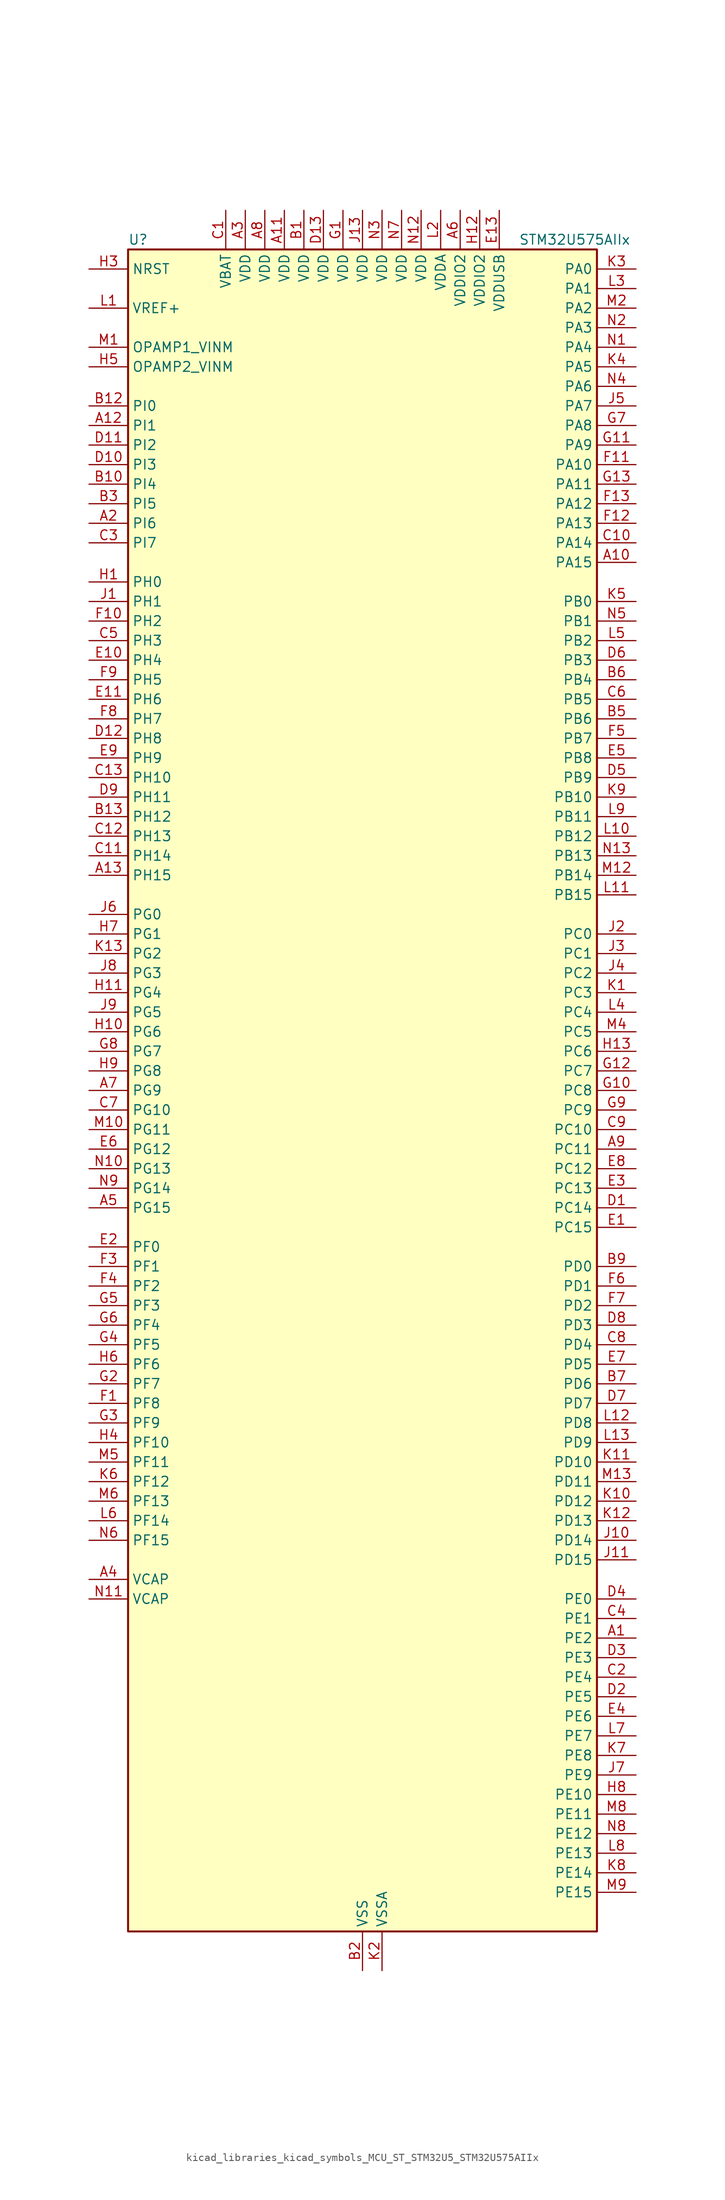
<source format=kicad_sym>
(kicad_symbol_lib
  (version 20220914)
  (generator kicad_symbol_editor)
  (symbol "kicad_libraries_kicad_symbols_MCU_ST_STM32U5_STM32U575AIIx"
    (property "Reference" "U"
      (at -30.48 110.49 0)
      (effects (font (size 1.27 1.27)) (justify left)))
    (property "Value" "STM32U575AIIx"
      (at 20.32 110.49 0)
      (effects (font (size 1.27 1.27)) (justify left)))
    (property "ki_locked" ""
      (at 0 0 0)
      (effects (font (size 1.27 1.27))))
    (symbol "kicad_libraries_kicad_symbols_MCU_ST_STM32U5_STM32U575AIIx_0_1"
      (rectangle (start -30.48 -109.22) (end 30.48 109.22) (stroke (width 0.254) (type default)) (fill (type background))))
    (symbol "kicad_libraries_kicad_symbols_MCU_ST_STM32U5_STM32U575AIIx_1_1"
      (pin bidirectional line (at 35.56 -71.12 180) (length 5.08) (name "PE2" (effects (font (size 1.27 1.27)))) (number "A1" (effects (font (size 1.27 1.27)))) (alternate "DEBUG_TRACECLK" bidirectional line) (alternate "FMC_A23" bidirectional line) (alternate "SAI1_CK1" bidirectional line) (alternate "SAI1_MCLK_A" bidirectional line) (alternate "TIM3_ETR" bidirectional line) (alternate "TSC_G7_IO1" bidirectional line))
      (pin bidirectional line (at 35.56 68.58 180) (length 5.08) (name "PA15" (effects (font (size 1.27 1.27)))) (number "A10" (effects (font (size 1.27 1.27)))) (alternate "ADC1_EXTI15" bidirectional line) (alternate "ADC4_EXTI15" bidirectional line) (alternate "DEBUG_JTDI" bidirectional line) (alternate "SAI2_FS_B" bidirectional line) (alternate "SPI1_NSS" bidirectional line) (alternate "SPI3_NSS" bidirectional line) (alternate "TIM2_CH1" bidirectional line) (alternate "TIM2_ETR" bidirectional line) (alternate "UART4_DE" bidirectional line) (alternate "UART4_RTS" bidirectional line) (alternate "UCPD1_CC1" bidirectional line) (alternate "USART2_RX" bidirectional line) (alternate "USART3_DE" bidirectional line) (alternate "USART3_RTS" bidirectional line))
      (pin power_in line (at -10.16 114.3 270) (length 5.08) (name "VDD" (effects (font (size 1.27 1.27)))) (number "A11" (effects (font (size 1.27 1.27)))))
      (pin bidirectional line (at -35.56 86.36 0) (length 5.08) (name "PI1" (effects (font (size 1.27 1.27)))) (number "A12" (effects (font (size 1.27 1.27)))) (alternate "DCMI_D8" bidirectional line) (alternate "OCTOSPIM_P2_IO2" bidirectional line) (alternate "PSSI_D8" bidirectional line) (alternate "SPI2_SCK" bidirectional line))
      (pin bidirectional line (at -35.56 27.94 0) (length 5.08) (name "PH15" (effects (font (size 1.27 1.27)))) (number "A13" (effects (font (size 1.27 1.27)))) (alternate "ADC1_EXTI15" bidirectional line) (alternate "ADC4_EXTI15" bidirectional line) (alternate "DCMI_D11" bidirectional line) (alternate "OCTOSPIM_P2_IO6" bidirectional line) (alternate "PSSI_D11" bidirectional line) (alternate "TIM8_CH3N" bidirectional line))
      (pin bidirectional line (at -35.56 73.66 0) (length 5.08) (name "PI6" (effects (font (size 1.27 1.27)))) (number "A2" (effects (font (size 1.27 1.27)))) (alternate "DCMI_D6" bidirectional line) (alternate "OCTOSPIM_P2_CLK" bidirectional line) (alternate "PSSI_D6" bidirectional line) (alternate "TIM8_CH2" bidirectional line))
      (pin power_in line (at -15.24 114.3 270) (length 5.08) (name "VDD" (effects (font (size 1.27 1.27)))) (number "A3" (effects (font (size 1.27 1.27)))))
      (pin power_out line (at -35.56 -63.5 0) (length 5.08) (name "VCAP" (effects (font (size 1.27 1.27)))) (number "A4" (effects (font (size 1.27 1.27)))))
      (pin bidirectional line (at -35.56 -15.24 0) (length 5.08) (name "PG15" (effects (font (size 1.27 1.27)))) (number "A5" (effects (font (size 1.27 1.27)))) (alternate "ADC1_EXTI15" bidirectional line) (alternate "ADC4_EXTI15" bidirectional line) (alternate "DCMI_D13" bidirectional line) (alternate "I2C1_SMBA" bidirectional line) (alternate "LPTIM1_CH1" bidirectional line) (alternate "OCTOSPIM_P2_DQS" bidirectional line) (alternate "PSSI_D13" bidirectional line))
      (pin power_in line (at 12.7 114.3 270) (length 5.08) (name "VDDIO2" (effects (font (size 1.27 1.27)))) (number "A6" (effects (font (size 1.27 1.27)))))
      (pin bidirectional line (at -35.56 0 0) (length 5.08) (name "PG9" (effects (font (size 1.27 1.27)))) (number "A7" (effects (font (size 1.27 1.27)))) (alternate "DAC1_EXTI9" bidirectional line) (alternate "FMC_NCE" bidirectional line) (alternate "FMC_NE2" bidirectional line) (alternate "OCTOSPIM_P2_IO6" bidirectional line) (alternate "SAI2_SCK_A" bidirectional line) (alternate "SPI3_SCK" bidirectional line) (alternate "TIM15_CH1N" bidirectional line) (alternate "USART1_TX" bidirectional line))
      (pin power_in line (at -12.7 114.3 270) (length 5.08) (name "VDD" (effects (font (size 1.27 1.27)))) (number "A8" (effects (font (size 1.27 1.27)))))
      (pin bidirectional line (at 35.56 -7.62 180) (length 5.08) (name "PC11" (effects (font (size 1.27 1.27)))) (number "A9" (effects (font (size 1.27 1.27)))) (alternate "ADC1_EXTI11" bidirectional line) (alternate "ADF1_SDI0" bidirectional line) (alternate "DCMI_D2" bidirectional line) (alternate "DCMI_D4" bidirectional line) (alternate "LPTIM3_IN1" bidirectional line) (alternate "OCTOSPIM_P1_NCS" bidirectional line) (alternate "PSSI_D2" bidirectional line) (alternate "PSSI_D4" bidirectional line) (alternate "SAI2_MCLK_B" bidirectional line) (alternate "SDMMC1_D3" bidirectional line) (alternate "SPI3_MISO" bidirectional line) (alternate "TSC_G3_IO3" bidirectional line) (alternate "UART4_RX" bidirectional line) (alternate "UCPD1_FRSTX2" bidirectional line) (alternate "USART3_RX" bidirectional line))
      (pin power_in line (at -7.62 114.3 270) (length 5.08) (name "VDD" (effects (font (size 1.27 1.27)))) (number "B1" (effects (font (size 1.27 1.27)))))
      (pin bidirectional line (at -35.56 78.74 0) (length 5.08) (name "PI4" (effects (font (size 1.27 1.27)))) (number "B10" (effects (font (size 1.27 1.27)))) (alternate "DCMI_D5" bidirectional line) (alternate "PSSI_D5" bidirectional line) (alternate "SPI2_RDY" bidirectional line) (alternate "TIM8_BKIN" bidirectional line))
      (pin passive line (at 0 -114.3 90) (length 5.08) hide (name "VSS" (effects (font (size 1.27 1.27)))) (number "B11" (effects (font (size 1.27 1.27)))))
      (pin bidirectional line (at -35.56 88.9 0) (length 5.08) (name "PI0" (effects (font (size 1.27 1.27)))) (number "B12" (effects (font (size 1.27 1.27)))) (alternate "DCMI_D13" bidirectional line) (alternate "OCTOSPIM_P1_IO5" bidirectional line) (alternate "PSSI_D13" bidirectional line) (alternate "SPI2_NSS" bidirectional line) (alternate "TIM5_CH4" bidirectional line))
      (pin bidirectional line (at -35.56 35.56 0) (length 5.08) (name "PH12" (effects (font (size 1.27 1.27)))) (number "B13" (effects (font (size 1.27 1.27)))) (alternate "DCMI_D3" bidirectional line) (alternate "OCTOSPIM_P2_IO7" bidirectional line) (alternate "PSSI_D3" bidirectional line) (alternate "TIM5_CH3" bidirectional line) (alternate "TIM8_CH4N" bidirectional line))
      (pin power_in line (at 0 -114.3 90) (length 5.08) (name "VSS" (effects (font (size 1.27 1.27)))) (number "B2" (effects (font (size 1.27 1.27)))))
      (pin bidirectional line (at -35.56 76.2 0) (length 5.08) (name "PI5" (effects (font (size 1.27 1.27)))) (number "B3" (effects (font (size 1.27 1.27)))) (alternate "DCMI_VSYNC" bidirectional line) (alternate "OCTOSPIM_P2_NCS" bidirectional line) (alternate "PSSI_RDY" bidirectional line) (alternate "TIM8_CH1" bidirectional line))
      (pin passive line (at 0 -114.3 90) (length 5.08) hide (name "VSS" (effects (font (size 1.27 1.27)))) (number "B4" (effects (font (size 1.27 1.27)))))
      (pin bidirectional line (at 35.56 48.26 180) (length 5.08) (name "PB6" (effects (font (size 1.27 1.27)))) (number "B5" (effects (font (size 1.27 1.27)))) (alternate "COMP2_INP" bidirectional line) (alternate "DCMI_D5" bidirectional line) (alternate "I2C1_SCL" bidirectional line) (alternate "I2C4_SCL" bidirectional line) (alternate "LPTIM1_ETR" bidirectional line) (alternate "MDF1_SDI5" bidirectional line) (alternate "PSSI_D5" bidirectional line) (alternate "PWR_WKUP3" bidirectional line) (alternate "SAI1_FS_B" bidirectional line) (alternate "TIM16_CH1N" bidirectional line) (alternate "TIM4_CH1" bidirectional line) (alternate "TIM8_BKIN2" bidirectional line) (alternate "TSC_G2_IO3" bidirectional line) (alternate "USART1_TX" bidirectional line))
      (pin bidirectional line (at 35.56 53.34 180) (length 5.08) (name "PB4" (effects (font (size 1.27 1.27)))) (number "B6" (effects (font (size 1.27 1.27)))) (alternate "ADF1_SDI0" bidirectional line) (alternate "COMP2_INP" bidirectional line) (alternate "DCMI_D12" bidirectional line) (alternate "DEBUG_JTRST" bidirectional line) (alternate "I2C3_SDA" bidirectional line) (alternate "LPTIM1_CH2" bidirectional line) (alternate "PSSI_D12" bidirectional line) (alternate "SAI1_MCLK_B" bidirectional line) (alternate "SDMMC2_D3" bidirectional line) (alternate "SPI1_MISO" bidirectional line) (alternate "SPI3_MISO" bidirectional line) (alternate "TIM17_BKIN" bidirectional line) (alternate "TIM3_CH1" bidirectional line) (alternate "TSC_G2_IO1" bidirectional line) (alternate "UART5_DE" bidirectional line) (alternate "UART5_RTS" bidirectional line) (alternate "USART1_CTS" bidirectional line))
      (pin bidirectional line (at 35.56 -38.1 180) (length 5.08) (name "PD6" (effects (font (size 1.27 1.27)))) (number "B7" (effects (font (size 1.27 1.27)))) (alternate "DCMI_D10" bidirectional line) (alternate "FMC_NWAIT" bidirectional line) (alternate "MDF1_SDI1" bidirectional line) (alternate "OCTOSPIM_P1_IO6" bidirectional line) (alternate "PSSI_D10" bidirectional line) (alternate "SAI1_D1" bidirectional line) (alternate "SAI1_SD_A" bidirectional line) (alternate "SDMMC2_CK" bidirectional line) (alternate "SPI3_MOSI" bidirectional line) (alternate "USART2_RX" bidirectional line))
      (pin passive line (at 0 -114.3 90) (length 5.08) hide (name "VSS" (effects (font (size 1.27 1.27)))) (number "B8" (effects (font (size 1.27 1.27)))))
      (pin bidirectional line (at 35.56 -22.86 180) (length 5.08) (name "PD0" (effects (font (size 1.27 1.27)))) (number "B9" (effects (font (size 1.27 1.27)))) (alternate "FDCAN1_RX" bidirectional line) (alternate "FMC_D2" bidirectional line) (alternate "FMC_DA2" bidirectional line) (alternate "SPI2_NSS" bidirectional line) (alternate "TIM8_CH4N" bidirectional line))
      (pin power_in line (at -17.78 114.3 270) (length 5.08) (name "VBAT" (effects (font (size 1.27 1.27)))) (number "C1" (effects (font (size 1.27 1.27)))))
      (pin bidirectional line (at 35.56 71.12 180) (length 5.08) (name "PA14" (effects (font (size 1.27 1.27)))) (number "C10" (effects (font (size 1.27 1.27)))) (alternate "DEBUG_JTCK-SWCLK" bidirectional line) (alternate "I2C1_SMBA" bidirectional line) (alternate "I2C4_SMBA" bidirectional line) (alternate "LPTIM1_CH1" bidirectional line) (alternate "SAI1_FS_B" bidirectional line) (alternate "USB_OTG_FS_SOF" bidirectional line))
      (pin bidirectional line (at -35.56 30.48 0) (length 5.08) (name "PH14" (effects (font (size 1.27 1.27)))) (number "C11" (effects (font (size 1.27 1.27)))) (alternate "DCMI_D4" bidirectional line) (alternate "FDCAN1_RX" bidirectional line) (alternate "PSSI_D4" bidirectional line) (alternate "TIM8_CH2N" bidirectional line))
      (pin bidirectional line (at -35.56 33.02 0) (length 5.08) (name "PH13" (effects (font (size 1.27 1.27)))) (number "C12" (effects (font (size 1.27 1.27)))) (alternate "FDCAN1_TX" bidirectional line) (alternate "TIM8_CH1N" bidirectional line))
      (pin bidirectional line (at -35.56 40.64 0) (length 5.08) (name "PH10" (effects (font (size 1.27 1.27)))) (number "C13" (effects (font (size 1.27 1.27)))) (alternate "DCMI_D1" bidirectional line) (alternate "OCTOSPIM_P2_IO5" bidirectional line) (alternate "PSSI_D1" bidirectional line) (alternate "TIM5_CH1" bidirectional line))
      (pin bidirectional line (at 35.56 -76.2 180) (length 5.08) (name "PE4" (effects (font (size 1.27 1.27)))) (number "C2" (effects (font (size 1.27 1.27)))) (alternate "DCMI_D4" bidirectional line) (alternate "DEBUG_TRACED1" bidirectional line) (alternate "FMC_A20" bidirectional line) (alternate "MDF1_SDI3" bidirectional line) (alternate "PSSI_D4" bidirectional line) (alternate "PWR_WKUP1" bidirectional line) (alternate "SAI1_D2" bidirectional line) (alternate "SAI1_FS_A" bidirectional line) (alternate "TAMP_IN7" bidirectional line) (alternate "TAMP_OUT8" bidirectional line) (alternate "TIM3_CH2" bidirectional line) (alternate "TSC_G7_IO3" bidirectional line))
      (pin bidirectional line (at -35.56 71.12 0) (length 5.08) (name "PI7" (effects (font (size 1.27 1.27)))) (number "C3" (effects (font (size 1.27 1.27)))) (alternate "DCMI_D7" bidirectional line) (alternate "OCTOSPIM_P2_NCLK" bidirectional line) (alternate "PSSI_D7" bidirectional line) (alternate "TIM8_CH3" bidirectional line))
      (pin bidirectional line (at 35.56 -68.58 180) (length 5.08) (name "PE1" (effects (font (size 1.27 1.27)))) (number "C4" (effects (font (size 1.27 1.27)))) (alternate "DCMI_D3" bidirectional line) (alternate "FMC_NBL1" bidirectional line) (alternate "PSSI_D3" bidirectional line) (alternate "TIM17_CH1" bidirectional line))
      (pin bidirectional line (at -35.56 58.42 0) (length 5.08) (name "PH3" (effects (font (size 1.27 1.27)))) (number "C5" (effects (font (size 1.27 1.27)))))
      (pin bidirectional line (at 35.56 50.8 180) (length 5.08) (name "PB5" (effects (font (size 1.27 1.27)))) (number "C6" (effects (font (size 1.27 1.27)))) (alternate "COMP2_OUT" bidirectional line) (alternate "DCMI_D10" bidirectional line) (alternate "I2C1_SMBA" bidirectional line) (alternate "LPTIM1_IN1" bidirectional line) (alternate "OCTOSPIM_P1_NCLK" bidirectional line) (alternate "PSSI_D10" bidirectional line) (alternate "PWR_WKUP6" bidirectional line) (alternate "SAI1_SD_B" bidirectional line) (alternate "SPI1_MOSI" bidirectional line) (alternate "SPI3_MOSI" bidirectional line) (alternate "TIM16_BKIN" bidirectional line) (alternate "TIM3_CH2" bidirectional line) (alternate "TSC_G2_IO2" bidirectional line) (alternate "UART5_CTS" bidirectional line) (alternate "UCPD1_DBCC1" bidirectional line) (alternate "USART1_CK" bidirectional line))
      (pin bidirectional line (at -35.56 -2.54 0) (length 5.08) (name "PG10" (effects (font (size 1.27 1.27)))) (number "C7" (effects (font (size 1.27 1.27)))) (alternate "FMC_NE3" bidirectional line) (alternate "LPTIM1_IN1" bidirectional line) (alternate "OCTOSPIM_P2_IO7" bidirectional line) (alternate "SAI2_FS_A" bidirectional line) (alternate "SPI3_MISO" bidirectional line) (alternate "TIM15_CH1" bidirectional line) (alternate "USART1_RX" bidirectional line))
      (pin bidirectional line (at 35.56 -33.02 180) (length 5.08) (name "PD4" (effects (font (size 1.27 1.27)))) (number "C8" (effects (font (size 1.27 1.27)))) (alternate "FMC_NOE" bidirectional line) (alternate "MDF1_CKI0" bidirectional line) (alternate "OCTOSPIM_P1_IO4" bidirectional line) (alternate "SPI2_MOSI" bidirectional line) (alternate "USART2_DE" bidirectional line) (alternate "USART2_RTS" bidirectional line))
      (pin bidirectional line (at 35.56 -5.08 180) (length 5.08) (name "PC10" (effects (font (size 1.27 1.27)))) (number "C9" (effects (font (size 1.27 1.27)))) (alternate "ADF1_CCK1" bidirectional line) (alternate "DCMI_D8" bidirectional line) (alternate "DEBUG_TRACED1" bidirectional line) (alternate "LPTIM3_ETR" bidirectional line) (alternate "PSSI_D8" bidirectional line) (alternate "SAI2_SCK_B" bidirectional line) (alternate "SDMMC1_D2" bidirectional line) (alternate "SPI3_SCK" bidirectional line) (alternate "TSC_G3_IO2" bidirectional line) (alternate "UART4_TX" bidirectional line) (alternate "USART3_TX" bidirectional line))
      (pin bidirectional line (at 35.56 -15.24 180) (length 5.08) (name "PC14" (effects (font (size 1.27 1.27)))) (number "D1" (effects (font (size 1.27 1.27)))) (alternate "RCC_OSC32_IN" bidirectional line))
      (pin bidirectional line (at -35.56 81.28 0) (length 5.08) (name "PI3" (effects (font (size 1.27 1.27)))) (number "D10" (effects (font (size 1.27 1.27)))) (alternate "DCMI_D10" bidirectional line) (alternate "OCTOSPIM_P2_IO0" bidirectional line) (alternate "PSSI_D10" bidirectional line) (alternate "SPI2_MOSI" bidirectional line) (alternate "TIM8_ETR" bidirectional line))
      (pin bidirectional line (at -35.56 83.82 0) (length 5.08) (name "PI2" (effects (font (size 1.27 1.27)))) (number "D11" (effects (font (size 1.27 1.27)))) (alternate "DCMI_D9" bidirectional line) (alternate "OCTOSPIM_P2_IO1" bidirectional line) (alternate "PSSI_D9" bidirectional line) (alternate "SPI2_MISO" bidirectional line) (alternate "TIM8_CH4" bidirectional line))
      (pin bidirectional line (at -35.56 45.72 0) (length 5.08) (name "PH8" (effects (font (size 1.27 1.27)))) (number "D12" (effects (font (size 1.27 1.27)))) (alternate "DCMI_HSYNC" bidirectional line) (alternate "I2C3_SDA" bidirectional line) (alternate "OCTOSPIM_P2_IO3" bidirectional line) (alternate "PSSI_DE" bidirectional line))
      (pin power_in line (at -5.08 114.3 270) (length 5.08) (name "VDD" (effects (font (size 1.27 1.27)))) (number "D13" (effects (font (size 1.27 1.27)))))
      (pin bidirectional line (at 35.56 -78.74 180) (length 5.08) (name "PE5" (effects (font (size 1.27 1.27)))) (number "D2" (effects (font (size 1.27 1.27)))) (alternate "DCMI_D6" bidirectional line) (alternate "DEBUG_TRACED2" bidirectional line) (alternate "FMC_A21" bidirectional line) (alternate "MDF1_CKI3" bidirectional line) (alternate "PSSI_D6" bidirectional line) (alternate "PWR_WKUP2" bidirectional line) (alternate "SAI1_CK2" bidirectional line) (alternate "SAI1_SCK_A" bidirectional line) (alternate "TAMP_IN8" bidirectional line) (alternate "TAMP_OUT7" bidirectional line) (alternate "TIM3_CH3" bidirectional line) (alternate "TSC_G7_IO4" bidirectional line))
      (pin bidirectional line (at 35.56 -73.66 180) (length 5.08) (name "PE3" (effects (font (size 1.27 1.27)))) (number "D3" (effects (font (size 1.27 1.27)))) (alternate "DEBUG_TRACED0" bidirectional line) (alternate "FMC_A19" bidirectional line) (alternate "OCTOSPIM_P1_DQS" bidirectional line) (alternate "SAI1_SD_B" bidirectional line) (alternate "TAMP_IN6" bidirectional line) (alternate "TAMP_OUT3" bidirectional line) (alternate "TIM3_CH1" bidirectional line) (alternate "TSC_G7_IO2" bidirectional line))
      (pin bidirectional line (at 35.56 -66.04 180) (length 5.08) (name "PE0" (effects (font (size 1.27 1.27)))) (number "D4" (effects (font (size 1.27 1.27)))) (alternate "DCMI_D2" bidirectional line) (alternate "FMC_NBL0" bidirectional line) (alternate "PSSI_D2" bidirectional line) (alternate "TIM16_CH1" bidirectional line) (alternate "TIM4_ETR" bidirectional line))
      (pin bidirectional line (at 35.56 40.64 180) (length 5.08) (name "PB9" (effects (font (size 1.27 1.27)))) (number "D5" (effects (font (size 1.27 1.27)))) (alternate "DAC1_EXTI9" bidirectional line) (alternate "DCMI_D7" bidirectional line) (alternate "FDCAN1_TX" bidirectional line) (alternate "I2C1_SDA" bidirectional line) (alternate "IR_OUT" bidirectional line) (alternate "PSSI_D7" bidirectional line) (alternate "SAI1_D2" bidirectional line) (alternate "SAI1_FS_A" bidirectional line) (alternate "SDMMC1_CDIR" bidirectional line) (alternate "SDMMC1_D5" bidirectional line) (alternate "SDMMC2_D5" bidirectional line) (alternate "SPI2_NSS" bidirectional line) (alternate "TIM17_CH1" bidirectional line) (alternate "TIM4_CH4" bidirectional line))
      (pin bidirectional line (at 35.56 55.88 180) (length 5.08) (name "PB3" (effects (font (size 1.27 1.27)))) (number "D6" (effects (font (size 1.27 1.27)))) (alternate "ADF1_CCK0" bidirectional line) (alternate "COMP2_INM" bidirectional line) (alternate "CRS_SYNC" bidirectional line) (alternate "DEBUG_JTDO-SWO" bidirectional line) (alternate "I2C1_SDA" bidirectional line) (alternate "LPTIM1_CH1" bidirectional line) (alternate "SAI1_SCK_B" bidirectional line) (alternate "SDMMC2_D2" bidirectional line) (alternate "SPI1_SCK" bidirectional line) (alternate "SPI3_SCK" bidirectional line) (alternate "TIM2_CH2" bidirectional line) (alternate "USART1_DE" bidirectional line) (alternate "USART1_RTS" bidirectional line))
      (pin bidirectional line (at 35.56 -40.64 180) (length 5.08) (name "PD7" (effects (font (size 1.27 1.27)))) (number "D7" (effects (font (size 1.27 1.27)))) (alternate "FMC_NCE" bidirectional line) (alternate "FMC_NE1" bidirectional line) (alternate "LPTIM4_OUT" bidirectional line) (alternate "MDF1_CKI1" bidirectional line) (alternate "OCTOSPIM_P1_IO7" bidirectional line) (alternate "SDMMC2_CMD" bidirectional line) (alternate "USART2_CK" bidirectional line))
      (pin bidirectional line (at 35.56 -30.48 180) (length 5.08) (name "PD3" (effects (font (size 1.27 1.27)))) (number "D8" (effects (font (size 1.27 1.27)))) (alternate "DCMI_D5" bidirectional line) (alternate "FMC_CLK" bidirectional line) (alternate "MDF1_SDI0" bidirectional line) (alternate "OCTOSPIM_P2_NCS" bidirectional line) (alternate "PSSI_D5" bidirectional line) (alternate "SPI2_MISO" bidirectional line) (alternate "SPI2_SCK" bidirectional line) (alternate "USART2_CTS" bidirectional line))
      (pin bidirectional line (at -35.56 38.1 0) (length 5.08) (name "PH11" (effects (font (size 1.27 1.27)))) (number "D9" (effects (font (size 1.27 1.27)))) (alternate "ADC1_EXTI11" bidirectional line) (alternate "DCMI_D2" bidirectional line) (alternate "OCTOSPIM_P2_IO6" bidirectional line) (alternate "PSSI_D2" bidirectional line) (alternate "TIM5_CH2" bidirectional line))
      (pin bidirectional line (at 35.56 -17.78 180) (length 5.08) (name "PC15" (effects (font (size 1.27 1.27)))) (number "E1" (effects (font (size 1.27 1.27)))) (alternate "ADC1_EXTI15" bidirectional line) (alternate "ADC4_EXTI15" bidirectional line) (alternate "RCC_OSC32_OUT" bidirectional line))
      (pin bidirectional line (at -35.56 55.88 0) (length 5.08) (name "PH4" (effects (font (size 1.27 1.27)))) (number "E10" (effects (font (size 1.27 1.27)))) (alternate "I2C2_SCL" bidirectional line) (alternate "OCTOSPIM_P2_DQS" bidirectional line) (alternate "PSSI_D14" bidirectional line))
      (pin bidirectional line (at -35.56 50.8 0) (length 5.08) (name "PH6" (effects (font (size 1.27 1.27)))) (number "E11" (effects (font (size 1.27 1.27)))) (alternate "DCMI_D8" bidirectional line) (alternate "I2C2_SMBA" bidirectional line) (alternate "OCTOSPIM_P2_CLK" bidirectional line) (alternate "PSSI_D8" bidirectional line))
      (pin passive line (at 0 -114.3 90) (length 5.08) hide (name "VSS" (effects (font (size 1.27 1.27)))) (number "E12" (effects (font (size 1.27 1.27)))))
      (pin power_in line (at 17.78 114.3 270) (length 5.08) (name "VDDUSB" (effects (font (size 1.27 1.27)))) (number "E13" (effects (font (size 1.27 1.27)))))
      (pin bidirectional line (at -35.56 -20.32 0) (length 5.08) (name "PF0" (effects (font (size 1.27 1.27)))) (number "E2" (effects (font (size 1.27 1.27)))) (alternate "FMC_A0" bidirectional line) (alternate "I2C2_SDA" bidirectional line) (alternate "OCTOSPIM_P2_IO0" bidirectional line))
      (pin bidirectional line (at 35.56 -12.7 180) (length 5.08) (name "PC13" (effects (font (size 1.27 1.27)))) (number "E3" (effects (font (size 1.27 1.27)))) (alternate "PWR_WKUP2" bidirectional line) (alternate "RTC_OUT1" bidirectional line) (alternate "RTC_TS" bidirectional line) (alternate "TAMP_IN1" bidirectional line) (alternate "TAMP_OUT2" bidirectional line))
      (pin bidirectional line (at 35.56 -81.28 180) (length 5.08) (name "PE6" (effects (font (size 1.27 1.27)))) (number "E4" (effects (font (size 1.27 1.27)))) (alternate "DCMI_D7" bidirectional line) (alternate "DEBUG_TRACED3" bidirectional line) (alternate "FMC_A22" bidirectional line) (alternate "PSSI_D7" bidirectional line) (alternate "PWR_WKUP3" bidirectional line) (alternate "SAI1_D1" bidirectional line) (alternate "SAI1_SD_A" bidirectional line) (alternate "TAMP_IN3" bidirectional line) (alternate "TAMP_OUT6" bidirectional line) (alternate "TIM3_CH4" bidirectional line))
      (pin bidirectional line (at 35.56 43.18 180) (length 5.08) (name "PB8" (effects (font (size 1.27 1.27)))) (number "E5" (effects (font (size 1.27 1.27)))) (alternate "DCMI_D6" bidirectional line) (alternate "FDCAN1_RX" bidirectional line) (alternate "I2C1_SCL" bidirectional line) (alternate "MDF1_CCK0" bidirectional line) (alternate "PSSI_D6" bidirectional line) (alternate "PWR_WKUP5" bidirectional line) (alternate "SAI1_CK1" bidirectional line) (alternate "SAI1_MCLK_A" bidirectional line) (alternate "SDMMC1_CKIN" bidirectional line) (alternate "SDMMC1_D4" bidirectional line) (alternate "SDMMC2_D4" bidirectional line) (alternate "SPI3_RDY" bidirectional line) (alternate "TIM16_CH1" bidirectional line) (alternate "TIM4_CH3" bidirectional line))
      (pin bidirectional line (at -35.56 -7.62 0) (length 5.08) (name "PG12" (effects (font (size 1.27 1.27)))) (number "E6" (effects (font (size 1.27 1.27)))) (alternate "FMC_NE4" bidirectional line) (alternate "LPTIM1_ETR" bidirectional line) (alternate "OCTOSPIM_P2_NCS" bidirectional line) (alternate "SAI2_SD_A" bidirectional line) (alternate "SPI3_NSS" bidirectional line) (alternate "USART1_DE" bidirectional line) (alternate "USART1_RTS" bidirectional line))
      (pin bidirectional line (at 35.56 -35.56 180) (length 5.08) (name "PD5" (effects (font (size 1.27 1.27)))) (number "E7" (effects (font (size 1.27 1.27)))) (alternate "FMC_NWE" bidirectional line) (alternate "OCTOSPIM_P1_IO5" bidirectional line) (alternate "SPI2_RDY" bidirectional line) (alternate "USART2_TX" bidirectional line))
      (pin bidirectional line (at 35.56 -10.16 180) (length 5.08) (name "PC12" (effects (font (size 1.27 1.27)))) (number "E8" (effects (font (size 1.27 1.27)))) (alternate "DCMI_D9" bidirectional line) (alternate "DEBUG_TRACED3" bidirectional line) (alternate "PSSI_D9" bidirectional line) (alternate "SAI2_SD_B" bidirectional line) (alternate "SDMMC1_CK" bidirectional line) (alternate "SPI3_MOSI" bidirectional line) (alternate "TSC_G3_IO4" bidirectional line) (alternate "UART5_TX" bidirectional line) (alternate "USART3_CK" bidirectional line))
      (pin bidirectional line (at -35.56 43.18 0) (length 5.08) (name "PH9" (effects (font (size 1.27 1.27)))) (number "E9" (effects (font (size 1.27 1.27)))) (alternate "DAC1_EXTI9" bidirectional line) (alternate "DCMI_D0" bidirectional line) (alternate "I2C3_SMBA" bidirectional line) (alternate "OCTOSPIM_P2_IO4" bidirectional line) (alternate "PSSI_D0" bidirectional line))
      (pin bidirectional line (at -35.56 -40.64 0) (length 5.08) (name "PF8" (effects (font (size 1.27 1.27)))) (number "F1" (effects (font (size 1.27 1.27)))) (alternate "FDCAN1_TX" bidirectional line) (alternate "OCTOSPIM_P1_IO0" bidirectional line) (alternate "PSSI_D14" bidirectional line) (alternate "SAI1_SCK_B" bidirectional line) (alternate "TIM5_CH3" bidirectional line))
      (pin bidirectional line (at -35.56 60.96 0) (length 5.08) (name "PH2" (effects (font (size 1.27 1.27)))) (number "F10" (effects (font (size 1.27 1.27)))) (alternate "OCTOSPIM_P1_IO4" bidirectional line))
      (pin bidirectional line (at 35.56 81.28 180) (length 5.08) (name "PA10" (effects (font (size 1.27 1.27)))) (number "F11" (effects (font (size 1.27 1.27)))) (alternate "CRS_SYNC" bidirectional line) (alternate "DCMI_D1" bidirectional line) (alternate "LPTIM2_IN2" bidirectional line) (alternate "PSSI_D1" bidirectional line) (alternate "SAI1_D1" bidirectional line) (alternate "SAI1_SD_A" bidirectional line) (alternate "TIM17_BKIN" bidirectional line) (alternate "TIM1_CH3" bidirectional line) (alternate "USART1_RX" bidirectional line) (alternate "USB_OTG_FS_ID" bidirectional line))
      (pin bidirectional line (at 35.56 73.66 180) (length 5.08) (name "PA13" (effects (font (size 1.27 1.27)))) (number "F12" (effects (font (size 1.27 1.27)))) (alternate "DEBUG_JTMS-SWDIO" bidirectional line) (alternate "IR_OUT" bidirectional line) (alternate "SAI1_SD_B" bidirectional line) (alternate "USB_OTG_FS_NOE" bidirectional line))
      (pin bidirectional line (at 35.56 76.2 180) (length 5.08) (name "PA12" (effects (font (size 1.27 1.27)))) (number "F13" (effects (font (size 1.27 1.27)))) (alternate "FDCAN1_TX" bidirectional line) (alternate "OCTOSPIM_P2_NCS" bidirectional line) (alternate "SPI1_MOSI" bidirectional line) (alternate "TIM1_ETR" bidirectional line) (alternate "USART1_DE" bidirectional line) (alternate "USART1_RTS" bidirectional line) (alternate "USB_OTG_FS_DP" bidirectional line))
      (pin passive line (at 0 -114.3 90) (length 5.08) hide (name "VSS" (effects (font (size 1.27 1.27)))) (number "F2" (effects (font (size 1.27 1.27)))))
      (pin bidirectional line (at -35.56 -22.86 0) (length 5.08) (name "PF1" (effects (font (size 1.27 1.27)))) (number "F3" (effects (font (size 1.27 1.27)))) (alternate "FMC_A1" bidirectional line) (alternate "I2C2_SCL" bidirectional line) (alternate "OCTOSPIM_P2_IO1" bidirectional line))
      (pin bidirectional line (at -35.56 -25.4 0) (length 5.08) (name "PF2" (effects (font (size 1.27 1.27)))) (number "F4" (effects (font (size 1.27 1.27)))) (alternate "FMC_A2" bidirectional line) (alternate "I2C2_SMBA" bidirectional line) (alternate "LPTIM3_CH2" bidirectional line) (alternate "OCTOSPIM_P2_IO2" bidirectional line) (alternate "PWR_WKUP8" bidirectional line))
      (pin bidirectional line (at 35.56 45.72 180) (length 5.08) (name "PB7" (effects (font (size 1.27 1.27)))) (number "F5" (effects (font (size 1.27 1.27)))) (alternate "COMP2_INM" bidirectional line) (alternate "DCMI_VSYNC" bidirectional line) (alternate "FMC_NL" bidirectional line) (alternate "I2C1_SDA" bidirectional line) (alternate "I2C4_SDA" bidirectional line) (alternate "LPTIM1_IN2" bidirectional line) (alternate "MDF1_CKI5" bidirectional line) (alternate "PSSI_RDY" bidirectional line) (alternate "PWR_PVD_IN" bidirectional line) (alternate "PWR_WKUP4" bidirectional line) (alternate "TIM17_CH1N" bidirectional line) (alternate "TIM4_CH2" bidirectional line) (alternate "TIM8_BKIN" bidirectional line) (alternate "TSC_G2_IO4" bidirectional line) (alternate "UART4_CTS" bidirectional line) (alternate "USART1_RX" bidirectional line))
      (pin bidirectional line (at 35.56 -25.4 180) (length 5.08) (name "PD1" (effects (font (size 1.27 1.27)))) (number "F6" (effects (font (size 1.27 1.27)))) (alternate "FDCAN1_TX" bidirectional line) (alternate "FMC_D3" bidirectional line) (alternate "FMC_DA3" bidirectional line) (alternate "SPI2_SCK" bidirectional line))
      (pin bidirectional line (at 35.56 -27.94 180) (length 5.08) (name "PD2" (effects (font (size 1.27 1.27)))) (number "F7" (effects (font (size 1.27 1.27)))) (alternate "DCMI_D11" bidirectional line) (alternate "DEBUG_TRACED2" bidirectional line) (alternate "LPTIM4_ETR" bidirectional line) (alternate "PSSI_D11" bidirectional line) (alternate "SDMMC1_CMD" bidirectional line) (alternate "TIM3_ETR" bidirectional line) (alternate "TSC_SYNC" bidirectional line) (alternate "UART5_RX" bidirectional line) (alternate "USART3_DE" bidirectional line) (alternate "USART3_RTS" bidirectional line))
      (pin bidirectional line (at -35.56 48.26 0) (length 5.08) (name "PH7" (effects (font (size 1.27 1.27)))) (number "F8" (effects (font (size 1.27 1.27)))) (alternate "DCMI_D9" bidirectional line) (alternate "I2C3_SCL" bidirectional line) (alternate "OCTOSPIM_P2_NCLK" bidirectional line) (alternate "PSSI_D9" bidirectional line))
      (pin bidirectional line (at -35.56 53.34 0) (length 5.08) (name "PH5" (effects (font (size 1.27 1.27)))) (number "F9" (effects (font (size 1.27 1.27)))) (alternate "DCMI_PIXCLK" bidirectional line) (alternate "I2C2_SDA" bidirectional line) (alternate "PSSI_PDCK" bidirectional line))
      (pin power_in line (at -2.54 114.3 270) (length 5.08) (name "VDD" (effects (font (size 1.27 1.27)))) (number "G1" (effects (font (size 1.27 1.27)))))
      (pin bidirectional line (at 35.56 0 180) (length 5.08) (name "PC8" (effects (font (size 1.27 1.27)))) (number "G10" (effects (font (size 1.27 1.27)))) (alternate "DCMI_D2" bidirectional line) (alternate "LPTIM3_CH1" bidirectional line) (alternate "PSSI_D2" bidirectional line) (alternate "PWR_SRDSTOP" bidirectional line) (alternate "SDMMC1_D0" bidirectional line) (alternate "TIM3_CH3" bidirectional line) (alternate "TIM8_CH3" bidirectional line) (alternate "TSC_G4_IO3" bidirectional line))
      (pin bidirectional line (at 35.56 83.82 180) (length 5.08) (name "PA9" (effects (font (size 1.27 1.27)))) (number "G11" (effects (font (size 1.27 1.27)))) (alternate "DAC1_EXTI9" bidirectional line) (alternate "DCMI_D0" bidirectional line) (alternate "PSSI_D0" bidirectional line) (alternate "SAI1_FS_A" bidirectional line) (alternate "SPI2_SCK" bidirectional line) (alternate "TIM15_BKIN" bidirectional line) (alternate "TIM1_CH2" bidirectional line) (alternate "USART1_TX" bidirectional line) (alternate "USB_OTG_FS_VBUS" bidirectional line))
      (pin bidirectional line (at 35.56 2.54 180) (length 5.08) (name "PC7" (effects (font (size 1.27 1.27)))) (number "G12" (effects (font (size 1.27 1.27)))) (alternate "DCMI_D1" bidirectional line) (alternate "LPTIM2_CH2" bidirectional line) (alternate "MDF1_SDI3" bidirectional line) (alternate "PSSI_D1" bidirectional line) (alternate "PWR_CDSTOP" bidirectional line) (alternate "SAI2_MCLK_B" bidirectional line) (alternate "SDMMC1_D123DIR" bidirectional line) (alternate "SDMMC1_D7" bidirectional line) (alternate "SDMMC2_D7" bidirectional line) (alternate "TIM3_CH2" bidirectional line) (alternate "TIM8_CH2" bidirectional line) (alternate "TSC_G4_IO2" bidirectional line))
      (pin bidirectional line (at 35.56 78.74 180) (length 5.08) (name "PA11" (effects (font (size 1.27 1.27)))) (number "G13" (effects (font (size 1.27 1.27)))) (alternate "ADC1_EXTI11" bidirectional line) (alternate "FDCAN1_RX" bidirectional line) (alternate "SPI1_MISO" bidirectional line) (alternate "TIM1_BKIN2" bidirectional line) (alternate "TIM1_CH4" bidirectional line) (alternate "USART1_CTS" bidirectional line) (alternate "USB_OTG_FS_DM" bidirectional line))
      (pin bidirectional line (at -35.56 -38.1 0) (length 5.08) (name "PF7" (effects (font (size 1.27 1.27)))) (number "G2" (effects (font (size 1.27 1.27)))) (alternate "FDCAN1_RX" bidirectional line) (alternate "OCTOSPIM_P1_IO2" bidirectional line) (alternate "SAI1_MCLK_B" bidirectional line) (alternate "TIM5_CH2" bidirectional line))
      (pin bidirectional line (at -35.56 -43.18 0) (length 5.08) (name "PF9" (effects (font (size 1.27 1.27)))) (number "G3" (effects (font (size 1.27 1.27)))) (alternate "DAC1_EXTI9" bidirectional line) (alternate "OCTOSPIM_P1_IO1" bidirectional line) (alternate "PSSI_D15" bidirectional line) (alternate "SAI1_FS_B" bidirectional line) (alternate "TIM15_CH1" bidirectional line) (alternate "TIM5_CH4" bidirectional line))
      (pin bidirectional line (at -35.56 -33.02 0) (length 5.08) (name "PF5" (effects (font (size 1.27 1.27)))) (number "G4" (effects (font (size 1.27 1.27)))) (alternate "FMC_A5" bidirectional line) (alternate "LPTIM3_CH1" bidirectional line) (alternate "OCTOSPIM_P2_NCLK" bidirectional line))
      (pin bidirectional line (at -35.56 -27.94 0) (length 5.08) (name "PF3" (effects (font (size 1.27 1.27)))) (number "G5" (effects (font (size 1.27 1.27)))) (alternate "FMC_A3" bidirectional line) (alternate "LPTIM3_IN1" bidirectional line) (alternate "OCTOSPIM_P2_IO3" bidirectional line))
      (pin bidirectional line (at -35.56 -30.48 0) (length 5.08) (name "PF4" (effects (font (size 1.27 1.27)))) (number "G6" (effects (font (size 1.27 1.27)))) (alternate "FMC_A4" bidirectional line) (alternate "LPTIM3_ETR" bidirectional line) (alternate "OCTOSPIM_P2_CLK" bidirectional line))
      (pin bidirectional line (at 35.56 86.36 180) (length 5.08) (name "PA8" (effects (font (size 1.27 1.27)))) (number "G7" (effects (font (size 1.27 1.27)))) (alternate "DEBUG_TRACECLK" bidirectional line) (alternate "LPTIM2_CH1" bidirectional line) (alternate "RCC_MCO" bidirectional line) (alternate "SAI1_CK2" bidirectional line) (alternate "SAI1_SCK_A" bidirectional line) (alternate "SPI1_RDY" bidirectional line) (alternate "TIM1_CH1" bidirectional line) (alternate "USART1_CK" bidirectional line) (alternate "USB_OTG_FS_SOF" bidirectional line))
      (pin bidirectional line (at -35.56 5.08 0) (length 5.08) (name "PG7" (effects (font (size 1.27 1.27)))) (number "G8" (effects (font (size 1.27 1.27)))) (alternate "FMC_INT" bidirectional line) (alternate "I2C3_SCL" bidirectional line) (alternate "LPUART1_TX" bidirectional line) (alternate "MDF1_CCK0" bidirectional line) (alternate "OCTOSPIM_P2_DQS" bidirectional line) (alternate "SAI1_CK1" bidirectional line) (alternate "SAI1_MCLK_A" bidirectional line) (alternate "UCPD1_FRSTX2" bidirectional line))
      (pin bidirectional line (at 35.56 -2.54 180) (length 5.08) (name "PC9" (effects (font (size 1.27 1.27)))) (number "G9" (effects (font (size 1.27 1.27)))) (alternate "DAC1_EXTI9" bidirectional line) (alternate "DCMI_D3" bidirectional line) (alternate "DEBUG_TRACED0" bidirectional line) (alternate "LPTIM3_CH2" bidirectional line) (alternate "PSSI_D3" bidirectional line) (alternate "SDMMC1_D1" bidirectional line) (alternate "TIM3_CH4" bidirectional line) (alternate "TIM8_BKIN2" bidirectional line) (alternate "TIM8_CH4" bidirectional line) (alternate "TSC_G4_IO4" bidirectional line) (alternate "USB_OTG_FS_NOE" bidirectional line))
      (pin bidirectional line (at -35.56 66.04 0) (length 5.08) (name "PH0" (effects (font (size 1.27 1.27)))) (number "H1" (effects (font (size 1.27 1.27)))) (alternate "RCC_OSC_IN" bidirectional line))
      (pin bidirectional line (at -35.56 7.62 0) (length 5.08) (name "PG6" (effects (font (size 1.27 1.27)))) (number "H10" (effects (font (size 1.27 1.27)))) (alternate "I2C3_SMBA" bidirectional line) (alternate "LPUART1_DE" bidirectional line) (alternate "LPUART1_RTS" bidirectional line) (alternate "OCTOSPIM_P1_DQS" bidirectional line) (alternate "SPI1_RDY" bidirectional line) (alternate "UCPD1_FRSTX1" bidirectional line))
      (pin bidirectional line (at -35.56 12.7 0) (length 5.08) (name "PG4" (effects (font (size 1.27 1.27)))) (number "H11" (effects (font (size 1.27 1.27)))) (alternate "FMC_A14" bidirectional line) (alternate "SAI2_MCLK_B" bidirectional line) (alternate "SPI1_MOSI" bidirectional line))
      (pin power_in line (at 15.24 114.3 270) (length 5.08) (name "VDDIO2" (effects (font (size 1.27 1.27)))) (number "H12" (effects (font (size 1.27 1.27)))))
      (pin bidirectional line (at 35.56 5.08 180) (length 5.08) (name "PC6" (effects (font (size 1.27 1.27)))) (number "H13" (effects (font (size 1.27 1.27)))) (alternate "DCMI_D0" bidirectional line) (alternate "MDF1_CKI3" bidirectional line) (alternate "PSSI_D0" bidirectional line) (alternate "PWR_CSLEEP" bidirectional line) (alternate "SAI2_MCLK_A" bidirectional line) (alternate "SDMMC1_D0DIR" bidirectional line) (alternate "SDMMC1_D6" bidirectional line) (alternate "SDMMC2_D6" bidirectional line) (alternate "TIM3_CH1" bidirectional line) (alternate "TIM8_CH1" bidirectional line) (alternate "TSC_G4_IO1" bidirectional line))
      (pin passive line (at 0 -114.3 90) (length 5.08) hide (name "VSS" (effects (font (size 1.27 1.27)))) (number "H2" (effects (font (size 1.27 1.27)))))
      (pin input line (at -35.56 106.68 0) (length 5.08) (name "NRST" (effects (font (size 1.27 1.27)))) (number "H3" (effects (font (size 1.27 1.27)))))
      (pin bidirectional line (at -35.56 -45.72 0) (length 5.08) (name "PF10" (effects (font (size 1.27 1.27)))) (number "H4" (effects (font (size 1.27 1.27)))) (alternate "DCMI_D11" bidirectional line) (alternate "MDF1_CCK1" bidirectional line) (alternate "OCTOSPIM_P1_CLK" bidirectional line) (alternate "PSSI_D11" bidirectional line) (alternate "PSSI_D15" bidirectional line) (alternate "SAI1_D3" bidirectional line) (alternate "TIM15_CH2" bidirectional line))
      (pin bidirectional line (at -35.56 93.98 0) (length 5.08) (name "OPAMP2_VINM" (effects (font (size 1.27 1.27)))) (number "H5" (effects (font (size 1.27 1.27)))) (alternate "OPAMP2_VINM" bidirectional line))
      (pin bidirectional line (at -35.56 -35.56 0) (length 5.08) (name "PF6" (effects (font (size 1.27 1.27)))) (number "H6" (effects (font (size 1.27 1.27)))) (alternate "DCMI_D12" bidirectional line) (alternate "OCTOSPIM_P1_IO3" bidirectional line) (alternate "OCTOSPIM_P2_NCS" bidirectional line) (alternate "PSSI_D12" bidirectional line) (alternate "SAI1_SD_B" bidirectional line) (alternate "TIM5_CH1" bidirectional line) (alternate "TIM5_ETR" bidirectional line))
      (pin bidirectional line (at -35.56 20.32 0) (length 5.08) (name "PG1" (effects (font (size 1.27 1.27)))) (number "H7" (effects (font (size 1.27 1.27)))) (alternate "ADC4_IN8" bidirectional line) (alternate "FMC_A11" bidirectional line) (alternate "OCTOSPIM_P2_IO5" bidirectional line) (alternate "TSC_G8_IO4" bidirectional line))
      (pin bidirectional line (at 35.56 -91.44 180) (length 5.08) (name "PE10" (effects (font (size 1.27 1.27)))) (number "H8" (effects (font (size 1.27 1.27)))) (alternate "ADF1_SDI0" bidirectional line) (alternate "FMC_D7" bidirectional line) (alternate "FMC_DA7" bidirectional line) (alternate "MDF1_SDI4" bidirectional line) (alternate "OCTOSPIM_P1_CLK" bidirectional line) (alternate "SAI1_MCLK_B" bidirectional line) (alternate "TIM1_CH2N" bidirectional line) (alternate "TSC_G5_IO1" bidirectional line))
      (pin bidirectional line (at -35.56 2.54 0) (length 5.08) (name "PG8" (effects (font (size 1.27 1.27)))) (number "H9" (effects (font (size 1.27 1.27)))) (alternate "I2C3_SDA" bidirectional line) (alternate "LPUART1_RX" bidirectional line))
      (pin bidirectional line (at -35.56 63.5 0) (length 5.08) (name "PH1" (effects (font (size 1.27 1.27)))) (number "J1" (effects (font (size 1.27 1.27)))) (alternate "RCC_OSC_OUT" bidirectional line))
      (pin bidirectional line (at 35.56 -58.42 180) (length 5.08) (name "PD14" (effects (font (size 1.27 1.27)))) (number "J10" (effects (font (size 1.27 1.27)))) (alternate "FMC_D0" bidirectional line) (alternate "FMC_DA0" bidirectional line) (alternate "LPTIM3_CH1" bidirectional line) (alternate "TIM4_CH3" bidirectional line))
      (pin bidirectional line (at 35.56 -60.96 180) (length 5.08) (name "PD15" (effects (font (size 1.27 1.27)))) (number "J11" (effects (font (size 1.27 1.27)))) (alternate "ADC1_EXTI15" bidirectional line) (alternate "ADC4_EXTI15" bidirectional line) (alternate "FMC_D1" bidirectional line) (alternate "FMC_DA1" bidirectional line) (alternate "LPTIM3_CH2" bidirectional line) (alternate "TIM4_CH4" bidirectional line))
      (pin passive line (at 0 -114.3 90) (length 5.08) hide (name "VSS" (effects (font (size 1.27 1.27)))) (number "J12" (effects (font (size 1.27 1.27)))))
      (pin power_in line (at 0 114.3 270) (length 5.08) (name "VDD" (effects (font (size 1.27 1.27)))) (number "J13" (effects (font (size 1.27 1.27)))))
      (pin bidirectional line (at 35.56 20.32 180) (length 5.08) (name "PC0" (effects (font (size 1.27 1.27)))) (number "J2" (effects (font (size 1.27 1.27)))) (alternate "ADC1_IN1" bidirectional line) (alternate "ADC4_IN1" bidirectional line) (alternate "I2C3_SCL" bidirectional line) (alternate "LPTIM1_IN1" bidirectional line) (alternate "LPTIM2_IN1" bidirectional line) (alternate "LPUART1_RX" bidirectional line) (alternate "MDF1_SDI4" bidirectional line) (alternate "OCTOSPIM_P1_IO7" bidirectional line) (alternate "SAI2_FS_A" bidirectional line) (alternate "SDMMC1_D5" bidirectional line) (alternate "SPI2_RDY" bidirectional line))
      (pin bidirectional line (at 35.56 17.78 180) (length 5.08) (name "PC1" (effects (font (size 1.27 1.27)))) (number "J3" (effects (font (size 1.27 1.27)))) (alternate "ADC1_IN2" bidirectional line) (alternate "ADC4_IN2" bidirectional line) (alternate "DEBUG_TRACED0" bidirectional line) (alternate "I2C3_SDA" bidirectional line) (alternate "LPTIM1_CH1" bidirectional line) (alternate "LPUART1_TX" bidirectional line) (alternate "MDF1_CKI4" bidirectional line) (alternate "OCTOSPIM_P1_IO4" bidirectional line) (alternate "SAI1_SD_A" bidirectional line) (alternate "SDMMC2_CK" bidirectional line) (alternate "SPI2_MOSI" bidirectional line))
      (pin bidirectional line (at 35.56 15.24 180) (length 5.08) (name "PC2" (effects (font (size 1.27 1.27)))) (number "J4" (effects (font (size 1.27 1.27)))) (alternate "ADC1_IN3" bidirectional line) (alternate "ADC4_IN3" bidirectional line) (alternate "LPTIM1_IN2" bidirectional line) (alternate "MDF1_CCK1" bidirectional line) (alternate "OCTOSPIM_P1_IO5" bidirectional line) (alternate "SPI2_MISO" bidirectional line))
      (pin bidirectional line (at 35.56 88.9 180) (length 5.08) (name "PA7" (effects (font (size 1.27 1.27)))) (number "J5" (effects (font (size 1.27 1.27)))) (alternate "ADC1_IN12" bidirectional line) (alternate "ADC4_IN20" bidirectional line) (alternate "I2C3_SCL" bidirectional line) (alternate "LPTIM2_CH2" bidirectional line) (alternate "OCTOSPIM_P1_IO2" bidirectional line) (alternate "OPAMP2_VINM" bidirectional line) (alternate "PWR_SRDSTOP" bidirectional line) (alternate "PWR_WKUP8" bidirectional line) (alternate "SPI1_MOSI" bidirectional line) (alternate "TIM17_CH1" bidirectional line) (alternate "TIM1_CH1N" bidirectional line) (alternate "TIM3_CH2" bidirectional line) (alternate "TIM8_CH1N" bidirectional line) (alternate "USART3_TX" bidirectional line))
      (pin bidirectional line (at -35.56 22.86 0) (length 5.08) (name "PG0" (effects (font (size 1.27 1.27)))) (number "J6" (effects (font (size 1.27 1.27)))) (alternate "ADC4_IN7" bidirectional line) (alternate "FMC_A10" bidirectional line) (alternate "OCTOSPIM_P2_IO4" bidirectional line) (alternate "TSC_G8_IO3" bidirectional line))
      (pin bidirectional line (at 35.56 -88.9 180) (length 5.08) (name "PE9" (effects (font (size 1.27 1.27)))) (number "J7" (effects (font (size 1.27 1.27)))) (alternate "ADF1_CCK0" bidirectional line) (alternate "DAC1_EXTI9" bidirectional line) (alternate "FMC_D6" bidirectional line) (alternate "FMC_DA6" bidirectional line) (alternate "MDF1_CCK0" bidirectional line) (alternate "OCTOSPIM_P1_NCLK" bidirectional line) (alternate "SAI1_FS_B" bidirectional line) (alternate "TIM1_CH1" bidirectional line))
      (pin bidirectional line (at -35.56 15.24 0) (length 5.08) (name "PG3" (effects (font (size 1.27 1.27)))) (number "J8" (effects (font (size 1.27 1.27)))) (alternate "FMC_A13" bidirectional line) (alternate "SAI2_FS_B" bidirectional line) (alternate "SPI1_MISO" bidirectional line))
      (pin bidirectional line (at -35.56 10.16 0) (length 5.08) (name "PG5" (effects (font (size 1.27 1.27)))) (number "J9" (effects (font (size 1.27 1.27)))) (alternate "FMC_A15" bidirectional line) (alternate "LPUART1_CTS" bidirectional line) (alternate "SAI2_SD_B" bidirectional line) (alternate "SPI1_NSS" bidirectional line))
      (pin bidirectional line (at 35.56 12.7 180) (length 5.08) (name "PC3" (effects (font (size 1.27 1.27)))) (number "K1" (effects (font (size 1.27 1.27)))) (alternate "ADC1_IN4" bidirectional line) (alternate "ADC4_IN4" bidirectional line) (alternate "LPTIM1_ETR" bidirectional line) (alternate "LPTIM2_ETR" bidirectional line) (alternate "LPTIM3_CH1" bidirectional line) (alternate "OCTOSPIM_P1_IO6" bidirectional line) (alternate "SAI1_D1" bidirectional line) (alternate "SAI1_SD_A" bidirectional line) (alternate "SPI2_MOSI" bidirectional line))
      (pin bidirectional line (at 35.56 -53.34 180) (length 5.08) (name "PD12" (effects (font (size 1.27 1.27)))) (number "K10" (effects (font (size 1.27 1.27)))) (alternate "ADC4_IN16" bidirectional line) (alternate "FMC_A17" bidirectional line) (alternate "FMC_ALE" bidirectional line) (alternate "I2C4_SCL" bidirectional line) (alternate "LPTIM2_IN1" bidirectional line) (alternate "SAI2_FS_A" bidirectional line) (alternate "TIM4_CH1" bidirectional line) (alternate "TSC_G6_IO3" bidirectional line) (alternate "USART3_DE" bidirectional line) (alternate "USART3_RTS" bidirectional line))
      (pin bidirectional line (at 35.56 -48.26 180) (length 5.08) (name "PD10" (effects (font (size 1.27 1.27)))) (number "K11" (effects (font (size 1.27 1.27)))) (alternate "FMC_D15" bidirectional line) (alternate "FMC_DA15" bidirectional line) (alternate "LPTIM2_CH2" bidirectional line) (alternate "LPTIM3_ETR" bidirectional line) (alternate "SAI2_SCK_A" bidirectional line) (alternate "TSC_G6_IO1" bidirectional line) (alternate "USART3_CK" bidirectional line))
      (pin bidirectional line (at 35.56 -55.88 180) (length 5.08) (name "PD13" (effects (font (size 1.27 1.27)))) (number "K12" (effects (font (size 1.27 1.27)))) (alternate "ADC4_IN17" bidirectional line) (alternate "FMC_A18" bidirectional line) (alternate "I2C4_SDA" bidirectional line) (alternate "LPTIM2_CH1" bidirectional line) (alternate "LPTIM4_IN1" bidirectional line) (alternate "TIM4_CH2" bidirectional line) (alternate "TSC_G6_IO4" bidirectional line))
      (pin bidirectional line (at -35.56 17.78 0) (length 5.08) (name "PG2" (effects (font (size 1.27 1.27)))) (number "K13" (effects (font (size 1.27 1.27)))) (alternate "FMC_A12" bidirectional line) (alternate "SAI2_SCK_B" bidirectional line) (alternate "SPI1_SCK" bidirectional line))
      (pin power_in line (at 2.54 -114.3 90) (length 5.08) (name "VSSA" (effects (font (size 1.27 1.27)))) (number "K2" (effects (font (size 1.27 1.27)))))
      (pin bidirectional line (at 35.56 106.68 180) (length 5.08) (name "PA0" (effects (font (size 1.27 1.27)))) (number "K3" (effects (font (size 1.27 1.27)))) (alternate "ADC1_IN5" bidirectional line) (alternate "AUDIOCLK" bidirectional line) (alternate "OCTOSPIM_P2_NCS" bidirectional line) (alternate "OPAMP1_VINP" bidirectional line) (alternate "PWR_WKUP1" bidirectional line) (alternate "SDMMC2_CMD" bidirectional line) (alternate "SPI3_RDY" bidirectional line) (alternate "TAMP_IN2" bidirectional line) (alternate "TAMP_OUT1" bidirectional line) (alternate "TIM2_CH1" bidirectional line) (alternate "TIM2_ETR" bidirectional line) (alternate "TIM5_CH1" bidirectional line) (alternate "TIM8_ETR" bidirectional line) (alternate "UART4_TX" bidirectional line) (alternate "USART2_CTS" bidirectional line))
      (pin bidirectional line (at 35.56 93.98 180) (length 5.08) (name "PA5" (effects (font (size 1.27 1.27)))) (number "K4" (effects (font (size 1.27 1.27)))) (alternate "ADC1_IN10" bidirectional line) (alternate "ADC4_IN10" bidirectional line) (alternate "DAC1_OUT2" bidirectional line) (alternate "LPTIM2_ETR" bidirectional line) (alternate "PSSI_D14" bidirectional line) (alternate "PWR_CSLEEP" bidirectional line) (alternate "PWR_WKUP6" bidirectional line) (alternate "SPI1_SCK" bidirectional line) (alternate "TIM2_CH1" bidirectional line) (alternate "TIM2_ETR" bidirectional line) (alternate "TIM8_CH1N" bidirectional line) (alternate "USART3_RX" bidirectional line))
      (pin bidirectional line (at 35.56 63.5 180) (length 5.08) (name "PB0" (effects (font (size 1.27 1.27)))) (number "K5" (effects (font (size 1.27 1.27)))) (alternate "ADC1_IN15" bidirectional line) (alternate "ADC4_IN18" bidirectional line) (alternate "AUDIOCLK" bidirectional line) (alternate "COMP1_OUT" bidirectional line) (alternate "LPTIM3_CH1" bidirectional line) (alternate "OCTOSPIM_P1_IO1" bidirectional line) (alternate "OPAMP2_VOUT" bidirectional line) (alternate "SPI1_NSS" bidirectional line) (alternate "TIM1_CH2N" bidirectional line) (alternate "TIM3_CH3" bidirectional line) (alternate "TIM8_CH2N" bidirectional line) (alternate "USART3_CK" bidirectional line))
      (pin bidirectional line (at -35.56 -50.8 0) (length 5.08) (name "PF12" (effects (font (size 1.27 1.27)))) (number "K6" (effects (font (size 1.27 1.27)))) (alternate "FMC_A6" bidirectional line) (alternate "LPTIM4_ETR" bidirectional line) (alternate "OCTOSPIM_P2_DQS" bidirectional line))
      (pin bidirectional line (at 35.56 -86.36 180) (length 5.08) (name "PE8" (effects (font (size 1.27 1.27)))) (number "K7" (effects (font (size 1.27 1.27)))) (alternate "FMC_D5" bidirectional line) (alternate "FMC_DA5" bidirectional line) (alternate "MDF1_CKI2" bidirectional line) (alternate "PWR_WKUP7" bidirectional line) (alternate "SAI1_SCK_B" bidirectional line) (alternate "TIM1_CH1N" bidirectional line))
      (pin bidirectional line (at 35.56 -101.6 180) (length 5.08) (name "PE14" (effects (font (size 1.27 1.27)))) (number "K8" (effects (font (size 1.27 1.27)))) (alternate "FMC_D11" bidirectional line) (alternate "FMC_DA11" bidirectional line) (alternate "OCTOSPIM_P1_IO2" bidirectional line) (alternate "SPI1_MISO" bidirectional line) (alternate "TIM1_BKIN2" bidirectional line) (alternate "TIM1_CH4" bidirectional line))
      (pin bidirectional line (at 35.56 38.1 180) (length 5.08) (name "PB10" (effects (font (size 1.27 1.27)))) (number "K9" (effects (font (size 1.27 1.27)))) (alternate "COMP1_OUT" bidirectional line) (alternate "I2C2_SCL" bidirectional line) (alternate "I2C4_SCL" bidirectional line) (alternate "LPTIM3_CH1" bidirectional line) (alternate "LPUART1_RX" bidirectional line) (alternate "OCTOSPIM_P1_CLK" bidirectional line) (alternate "PWR_WKUP8" bidirectional line) (alternate "SAI1_SCK_A" bidirectional line) (alternate "SPI2_SCK" bidirectional line) (alternate "TIM2_CH3" bidirectional line) (alternate "TSC_SYNC" bidirectional line) (alternate "USART3_TX" bidirectional line))
      (pin input line (at -35.56 101.6 0) (length 5.08) (name "VREF+" (effects (font (size 1.27 1.27)))) (number "L1" (effects (font (size 1.27 1.27)))) (alternate "VREFBUF_OUT" bidirectional line))
      (pin bidirectional line (at 35.56 33.02 180) (length 5.08) (name "PB12" (effects (font (size 1.27 1.27)))) (number "L10" (effects (font (size 1.27 1.27)))) (alternate "I2C2_SMBA" bidirectional line) (alternate "LPUART1_DE" bidirectional line) (alternate "LPUART1_RTS" bidirectional line) (alternate "MDF1_SDI1" bidirectional line) (alternate "OCTOSPIM_P1_NCLK" bidirectional line) (alternate "SAI2_FS_A" bidirectional line) (alternate "SPI2_NSS" bidirectional line) (alternate "TIM15_BKIN" bidirectional line) (alternate "TIM1_BKIN" bidirectional line) (alternate "TSC_G1_IO1" bidirectional line) (alternate "USART3_CK" bidirectional line))
      (pin bidirectional line (at 35.56 25.4 180) (length 5.08) (name "PB15" (effects (font (size 1.27 1.27)))) (number "L11" (effects (font (size 1.27 1.27)))) (alternate "ADC1_EXTI15" bidirectional line) (alternate "ADC4_EXTI15" bidirectional line) (alternate "FMC_NBL1" bidirectional line) (alternate "LPTIM2_IN2" bidirectional line) (alternate "MDF1_CKI2" bidirectional line) (alternate "PWR_WKUP7" bidirectional line) (alternate "RTC_REFIN" bidirectional line) (alternate "SAI2_SD_A" bidirectional line) (alternate "SDMMC2_D1" bidirectional line) (alternate "SPI2_MOSI" bidirectional line) (alternate "TIM15_CH2" bidirectional line) (alternate "TIM1_CH3N" bidirectional line) (alternate "TIM8_CH3N" bidirectional line) (alternate "UCPD1_CC2" bidirectional line))
      (pin bidirectional line (at 35.56 -43.18 180) (length 5.08) (name "PD8" (effects (font (size 1.27 1.27)))) (number "L12" (effects (font (size 1.27 1.27)))) (alternate "DCMI_HSYNC" bidirectional line) (alternate "FMC_D13" bidirectional line) (alternate "FMC_DA13" bidirectional line) (alternate "PSSI_DE" bidirectional line) (alternate "USART3_TX" bidirectional line))
      (pin bidirectional line (at 35.56 -45.72 180) (length 5.08) (name "PD9" (effects (font (size 1.27 1.27)))) (number "L13" (effects (font (size 1.27 1.27)))) (alternate "DAC1_EXTI9" bidirectional line) (alternate "DCMI_PIXCLK" bidirectional line) (alternate "FMC_D14" bidirectional line) (alternate "FMC_DA14" bidirectional line) (alternate "LPTIM2_IN2" bidirectional line) (alternate "LPTIM3_IN1" bidirectional line) (alternate "PSSI_PDCK" bidirectional line) (alternate "SAI2_MCLK_A" bidirectional line) (alternate "USART3_RX" bidirectional line))
      (pin power_in line (at 10.16 114.3 270) (length 5.08) (name "VDDA" (effects (font (size 1.27 1.27)))) (number "L2" (effects (font (size 1.27 1.27)))))
      (pin bidirectional line (at 35.56 104.14 180) (length 5.08) (name "PA1" (effects (font (size 1.27 1.27)))) (number "L3" (effects (font (size 1.27 1.27)))) (alternate "ADC1_IN6" bidirectional line) (alternate "I2C1_SMBA" bidirectional line) (alternate "LPTIM1_CH2" bidirectional line) (alternate "OCTOSPIM_P1_DQS" bidirectional line) (alternate "OPAMP1_VINM" bidirectional line) (alternate "PWR_WKUP3" bidirectional line) (alternate "SPI1_SCK" bidirectional line) (alternate "TAMP_IN5" bidirectional line) (alternate "TAMP_OUT4" bidirectional line) (alternate "TIM15_CH1N" bidirectional line) (alternate "TIM2_CH2" bidirectional line) (alternate "TIM5_CH2" bidirectional line) (alternate "UART4_RX" bidirectional line) (alternate "USART2_DE" bidirectional line) (alternate "USART2_RTS" bidirectional line))
      (pin bidirectional line (at 35.56 10.16 180) (length 5.08) (name "PC4" (effects (font (size 1.27 1.27)))) (number "L4" (effects (font (size 1.27 1.27)))) (alternate "ADC1_IN13" bidirectional line) (alternate "ADC4_IN22" bidirectional line) (alternate "COMP1_INM" bidirectional line) (alternate "OCTOSPIM_P1_IO7" bidirectional line) (alternate "USART3_TX" bidirectional line))
      (pin bidirectional line (at 35.56 58.42 180) (length 5.08) (name "PB2" (effects (font (size 1.27 1.27)))) (number "L5" (effects (font (size 1.27 1.27)))) (alternate "ADC1_IN17" bidirectional line) (alternate "COMP1_INP" bidirectional line) (alternate "I2C3_SMBA" bidirectional line) (alternate "LPTIM1_CH1" bidirectional line) (alternate "MDF1_CKI0" bidirectional line) (alternate "OCTOSPIM_P1_DQS" bidirectional line) (alternate "PWR_WKUP1" bidirectional line) (alternate "RTC_OUT2" bidirectional line) (alternate "SPI1_RDY" bidirectional line) (alternate "TIM8_CH4N" bidirectional line) (alternate "UCPD1_FRSTX1" bidirectional line))
      (pin bidirectional line (at -35.56 -55.88 0) (length 5.08) (name "PF14" (effects (font (size 1.27 1.27)))) (number "L6" (effects (font (size 1.27 1.27)))) (alternate "ADC4_IN5" bidirectional line) (alternate "FMC_A8" bidirectional line) (alternate "I2C4_SCL" bidirectional line) (alternate "TSC_G8_IO1" bidirectional line))
      (pin bidirectional line (at 35.56 -83.82 180) (length 5.08) (name "PE7" (effects (font (size 1.27 1.27)))) (number "L7" (effects (font (size 1.27 1.27)))) (alternate "FMC_D4" bidirectional line) (alternate "FMC_DA4" bidirectional line) (alternate "MDF1_SDI2" bidirectional line) (alternate "PWR_WKUP6" bidirectional line) (alternate "SAI1_SD_B" bidirectional line) (alternate "TIM1_ETR" bidirectional line))
      (pin bidirectional line (at 35.56 -99.06 180) (length 5.08) (name "PE13" (effects (font (size 1.27 1.27)))) (number "L8" (effects (font (size 1.27 1.27)))) (alternate "FMC_D10" bidirectional line) (alternate "FMC_DA10" bidirectional line) (alternate "MDF1_CKI5" bidirectional line) (alternate "OCTOSPIM_P1_IO1" bidirectional line) (alternate "SPI1_SCK" bidirectional line) (alternate "TIM1_CH3" bidirectional line) (alternate "TSC_G5_IO4" bidirectional line))
      (pin bidirectional line (at 35.56 35.56 180) (length 5.08) (name "PB11" (effects (font (size 1.27 1.27)))) (number "L9" (effects (font (size 1.27 1.27)))) (alternate "ADC1_EXTI11" bidirectional line) (alternate "COMP2_OUT" bidirectional line) (alternate "I2C2_SDA" bidirectional line) (alternate "I2C4_SDA" bidirectional line) (alternate "LPUART1_TX" bidirectional line) (alternate "OCTOSPIM_P1_NCS" bidirectional line) (alternate "SPI2_RDY" bidirectional line) (alternate "TIM2_CH4" bidirectional line) (alternate "USART3_RX" bidirectional line))
      (pin bidirectional line (at -35.56 96.52 0) (length 5.08) (name "OPAMP1_VINM" (effects (font (size 1.27 1.27)))) (number "M1" (effects (font (size 1.27 1.27)))) (alternate "OPAMP1_VINM" bidirectional line))
      (pin bidirectional line (at -35.56 -5.08 0) (length 5.08) (name "PG11" (effects (font (size 1.27 1.27)))) (number "M10" (effects (font (size 1.27 1.27)))) (alternate "ADC1_EXTI11" bidirectional line) (alternate "LPTIM1_IN2" bidirectional line) (alternate "OCTOSPIM_P1_IO5" bidirectional line) (alternate "SAI2_MCLK_A" bidirectional line) (alternate "SPI3_MOSI" bidirectional line) (alternate "TIM15_CH2" bidirectional line) (alternate "USART1_CTS" bidirectional line))
      (pin passive line (at 0 -114.3 90) (length 5.08) hide (name "VSS" (effects (font (size 1.27 1.27)))) (number "M11" (effects (font (size 1.27 1.27)))))
      (pin bidirectional line (at 35.56 27.94 180) (length 5.08) (name "PB14" (effects (font (size 1.27 1.27)))) (number "M12" (effects (font (size 1.27 1.27)))) (alternate "I2C2_SDA" bidirectional line) (alternate "LPTIM3_ETR" bidirectional line) (alternate "MDF1_SDI2" bidirectional line) (alternate "SAI2_MCLK_A" bidirectional line) (alternate "SDMMC2_D0" bidirectional line) (alternate "SPI2_MISO" bidirectional line) (alternate "TIM15_CH1" bidirectional line) (alternate "TIM1_CH2N" bidirectional line) (alternate "TIM8_CH2N" bidirectional line) (alternate "TSC_G1_IO3" bidirectional line) (alternate "UCPD1_DBCC2" bidirectional line) (alternate "USART3_DE" bidirectional line) (alternate "USART3_RTS" bidirectional line))
      (pin bidirectional line (at 35.56 -50.8 180) (length 5.08) (name "PD11" (effects (font (size 1.27 1.27)))) (number "M13" (effects (font (size 1.27 1.27)))) (alternate "ADC1_EXTI11" bidirectional line) (alternate "ADC4_IN15" bidirectional line) (alternate "FMC_A16" bidirectional line) (alternate "FMC_CLE" bidirectional line) (alternate "I2C4_SMBA" bidirectional line) (alternate "LPTIM2_ETR" bidirectional line) (alternate "SAI2_SD_A" bidirectional line) (alternate "TSC_G6_IO2" bidirectional line) (alternate "USART3_CTS" bidirectional line))
      (pin bidirectional line (at 35.56 101.6 180) (length 5.08) (name "PA2" (effects (font (size 1.27 1.27)))) (number "M2" (effects (font (size 1.27 1.27)))) (alternate "ADC1_IN7" bidirectional line) (alternate "COMP1_INP" bidirectional line) (alternate "LPUART1_TX" bidirectional line) (alternate "OCTOSPIM_P1_NCS" bidirectional line) (alternate "PWR_WKUP4" bidirectional line) (alternate "RCC_LSCO" bidirectional line) (alternate "SPI1_RDY" bidirectional line) (alternate "TIM15_CH1" bidirectional line) (alternate "TIM2_CH3" bidirectional line) (alternate "TIM5_CH3" bidirectional line) (alternate "UCPD1_FRSTX1" bidirectional line) (alternate "USART2_TX" bidirectional line))
      (pin passive line (at 0 -114.3 90) (length 5.08) hide (name "VSS" (effects (font (size 1.27 1.27)))) (number "M3" (effects (font (size 1.27 1.27)))))
      (pin bidirectional line (at 35.56 7.62 180) (length 5.08) (name "PC5" (effects (font (size 1.27 1.27)))) (number "M4" (effects (font (size 1.27 1.27)))) (alternate "ADC1_IN14" bidirectional line) (alternate "ADC4_IN23" bidirectional line) (alternate "COMP1_INP" bidirectional line) (alternate "PSSI_D15" bidirectional line) (alternate "PWR_WKUP5" bidirectional line) (alternate "SAI1_D3" bidirectional line) (alternate "TAMP_IN4" bidirectional line) (alternate "TAMP_OUT5" bidirectional line) (alternate "TIM1_CH4N" bidirectional line) (alternate "USART3_RX" bidirectional line))
      (pin bidirectional line (at -35.56 -48.26 0) (length 5.08) (name "PF11" (effects (font (size 1.27 1.27)))) (number "M5" (effects (font (size 1.27 1.27)))) (alternate "ADC1_EXTI11" bidirectional line) (alternate "DCMI_D12" bidirectional line) (alternate "LPTIM4_IN1" bidirectional line) (alternate "OCTOSPIM_P1_NCLK" bidirectional line) (alternate "PSSI_D12" bidirectional line))
      (pin bidirectional line (at -35.56 -53.34 0) (length 5.08) (name "PF13" (effects (font (size 1.27 1.27)))) (number "M6" (effects (font (size 1.27 1.27)))) (alternate "FMC_A7" bidirectional line) (alternate "I2C4_SMBA" bidirectional line) (alternate "LPTIM4_OUT" bidirectional line) (alternate "UCPD1_FRSTX2" bidirectional line))
      (pin passive line (at 0 -114.3 90) (length 5.08) hide (name "VSS" (effects (font (size 1.27 1.27)))) (number "M7" (effects (font (size 1.27 1.27)))))
      (pin bidirectional line (at 35.56 -93.98 180) (length 5.08) (name "PE11" (effects (font (size 1.27 1.27)))) (number "M8" (effects (font (size 1.27 1.27)))) (alternate "ADC1_EXTI11" bidirectional line) (alternate "FMC_D8" bidirectional line) (alternate "FMC_DA8" bidirectional line) (alternate "MDF1_CKI4" bidirectional line) (alternate "OCTOSPIM_P1_NCS" bidirectional line) (alternate "SPI1_RDY" bidirectional line) (alternate "TIM1_CH2" bidirectional line) (alternate "TSC_G5_IO2" bidirectional line))
      (pin bidirectional line (at 35.56 -104.14 180) (length 5.08) (name "PE15" (effects (font (size 1.27 1.27)))) (number "M9" (effects (font (size 1.27 1.27)))) (alternate "ADC1_EXTI15" bidirectional line) (alternate "ADC4_EXTI15" bidirectional line) (alternate "FMC_D12" bidirectional line) (alternate "FMC_DA12" bidirectional line) (alternate "OCTOSPIM_P1_IO3" bidirectional line) (alternate "SPI1_MOSI" bidirectional line) (alternate "TIM1_BKIN" bidirectional line) (alternate "TIM1_CH4N" bidirectional line))
      (pin bidirectional line (at 35.56 96.52 180) (length 5.08) (name "PA4" (effects (font (size 1.27 1.27)))) (number "N1" (effects (font (size 1.27 1.27)))) (alternate "ADC1_IN9" bidirectional line) (alternate "ADC4_IN9" bidirectional line) (alternate "DAC1_OUT1" bidirectional line) (alternate "DCMI_HSYNC" bidirectional line) (alternate "LPTIM2_CH1" bidirectional line) (alternate "OCTOSPIM_P1_NCS" bidirectional line) (alternate "PSSI_DE" bidirectional line) (alternate "PWR_WKUP2" bidirectional line) (alternate "SAI1_FS_B" bidirectional line) (alternate "SPI1_NSS" bidirectional line) (alternate "SPI3_NSS" bidirectional line) (alternate "USART2_CK" bidirectional line))
      (pin bidirectional line (at -35.56 -10.16 0) (length 5.08) (name "PG13" (effects (font (size 1.27 1.27)))) (number "N10" (effects (font (size 1.27 1.27)))) (alternate "FMC_A24" bidirectional line) (alternate "I2C1_SDA" bidirectional line) (alternate "SPI3_RDY" bidirectional line) (alternate "USART1_CK" bidirectional line))
      (pin power_out line (at -35.56 -66.04 0) (length 5.08) (name "VCAP" (effects (font (size 1.27 1.27)))) (number "N11" (effects (font (size 1.27 1.27)))))
      (pin power_in line (at 7.62 114.3 270) (length 5.08) (name "VDD" (effects (font (size 1.27 1.27)))) (number "N12" (effects (font (size 1.27 1.27)))))
      (pin bidirectional line (at 35.56 30.48 180) (length 5.08) (name "PB13" (effects (font (size 1.27 1.27)))) (number "N13" (effects (font (size 1.27 1.27)))) (alternate "I2C2_SCL" bidirectional line) (alternate "LPTIM3_IN1" bidirectional line) (alternate "LPUART1_CTS" bidirectional line) (alternate "MDF1_CKI1" bidirectional line) (alternate "SAI2_SCK_A" bidirectional line) (alternate "SPI2_SCK" bidirectional line) (alternate "TIM15_CH1N" bidirectional line) (alternate "TIM1_CH1N" bidirectional line) (alternate "TSC_G1_IO2" bidirectional line) (alternate "USART3_CTS" bidirectional line))
      (pin bidirectional line (at 35.56 99.06 180) (length 5.08) (name "PA3" (effects (font (size 1.27 1.27)))) (number "N2" (effects (font (size 1.27 1.27)))) (alternate "ADC1_IN8" bidirectional line) (alternate "LPUART1_RX" bidirectional line) (alternate "OCTOSPIM_P1_CLK" bidirectional line) (alternate "OPAMP1_VOUT" bidirectional line) (alternate "PWR_WKUP5" bidirectional line) (alternate "SAI1_CK1" bidirectional line) (alternate "SAI1_MCLK_A" bidirectional line) (alternate "TIM15_CH2" bidirectional line) (alternate "TIM2_CH4" bidirectional line) (alternate "TIM5_CH4" bidirectional line) (alternate "USART2_RX" bidirectional line))
      (pin power_in line (at 2.54 114.3 270) (length 5.08) (name "VDD" (effects (font (size 1.27 1.27)))) (number "N3" (effects (font (size 1.27 1.27)))))
      (pin bidirectional line (at 35.56 91.44 180) (length 5.08) (name "PA6" (effects (font (size 1.27 1.27)))) (number "N4" (effects (font (size 1.27 1.27)))) (alternate "ADC1_IN11" bidirectional line) (alternate "ADC4_IN11" bidirectional line) (alternate "DCMI_PIXCLK" bidirectional line) (alternate "LPUART1_CTS" bidirectional line) (alternate "OCTOSPIM_P1_IO3" bidirectional line) (alternate "OPAMP2_VINP" bidirectional line) (alternate "PSSI_PDCK" bidirectional line) (alternate "PWR_CDSTOP" bidirectional line) (alternate "PWR_WKUP7" bidirectional line) (alternate "SPI1_MISO" bidirectional line) (alternate "TIM16_CH1" bidirectional line) (alternate "TIM1_BKIN" bidirectional line) (alternate "TIM3_CH1" bidirectional line) (alternate "TIM8_BKIN" bidirectional line) (alternate "USART3_CTS" bidirectional line))
      (pin bidirectional line (at 35.56 60.96 180) (length 5.08) (name "PB1" (effects (font (size 1.27 1.27)))) (number "N5" (effects (font (size 1.27 1.27)))) (alternate "ADC1_IN16" bidirectional line) (alternate "ADC4_IN19" bidirectional line) (alternate "COMP1_INM" bidirectional line) (alternate "LPTIM2_IN1" bidirectional line) (alternate "LPTIM3_CH2" bidirectional line) (alternate "LPUART1_DE" bidirectional line) (alternate "LPUART1_RTS" bidirectional line) (alternate "MDF1_SDI0" bidirectional line) (alternate "OCTOSPIM_P1_IO0" bidirectional line) (alternate "PWR_WKUP4" bidirectional line) (alternate "TIM1_CH3N" bidirectional line) (alternate "TIM3_CH4" bidirectional line) (alternate "TIM8_CH3N" bidirectional line) (alternate "USART3_DE" bidirectional line) (alternate "USART3_RTS" bidirectional line))
      (pin bidirectional line (at -35.56 -58.42 0) (length 5.08) (name "PF15" (effects (font (size 1.27 1.27)))) (number "N6" (effects (font (size 1.27 1.27)))) (alternate "ADC1_EXTI15" bidirectional line) (alternate "ADC4_EXTI15" bidirectional line) (alternate "ADC4_IN6" bidirectional line) (alternate "FMC_A9" bidirectional line) (alternate "I2C4_SDA" bidirectional line) (alternate "TSC_G8_IO2" bidirectional line))
      (pin power_in line (at 5.08 114.3 270) (length 5.08) (name "VDD" (effects (font (size 1.27 1.27)))) (number "N7" (effects (font (size 1.27 1.27)))))
      (pin bidirectional line (at 35.56 -96.52 180) (length 5.08) (name "PE12" (effects (font (size 1.27 1.27)))) (number "N8" (effects (font (size 1.27 1.27)))) (alternate "FMC_D9" bidirectional line) (alternate "FMC_DA9" bidirectional line) (alternate "MDF1_SDI5" bidirectional line) (alternate "OCTOSPIM_P1_IO0" bidirectional line) (alternate "SPI1_NSS" bidirectional line) (alternate "TIM1_CH3N" bidirectional line) (alternate "TSC_G5_IO3" bidirectional line))
      (pin bidirectional line (at -35.56 -12.7 0) (length 5.08) (name "PG14" (effects (font (size 1.27 1.27)))) (number "N9" (effects (font (size 1.27 1.27)))) (alternate "FMC_A25" bidirectional line) (alternate "I2C1_SCL" bidirectional line) (alternate "LPTIM1_CH2" bidirectional line)))))
</source>
